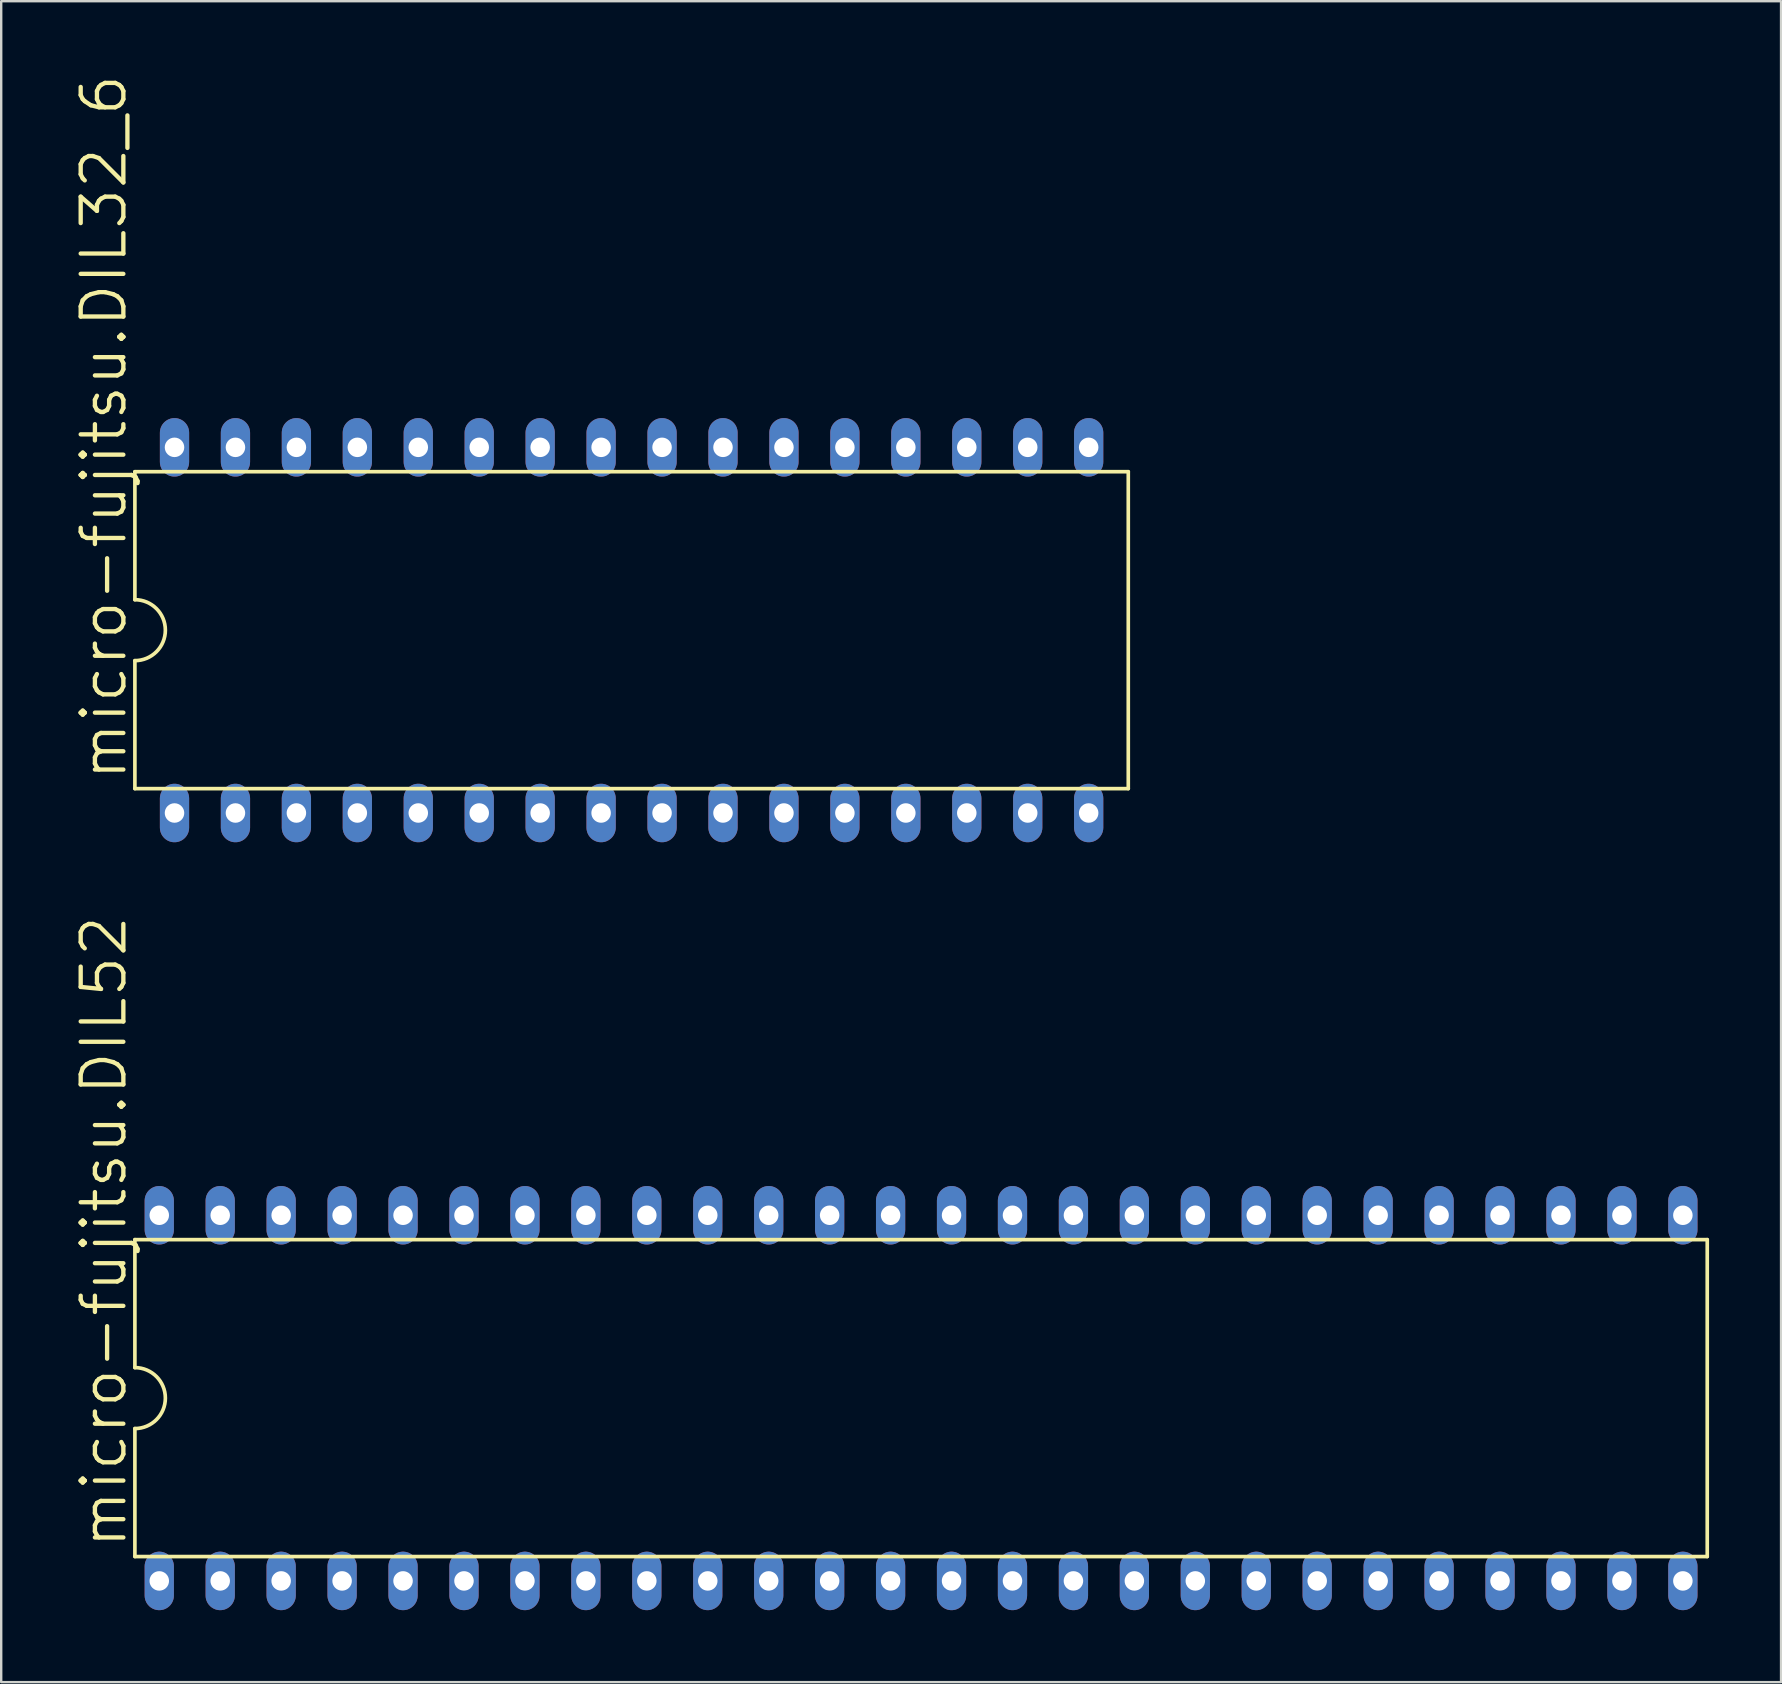
<source format=kicad_pcb>
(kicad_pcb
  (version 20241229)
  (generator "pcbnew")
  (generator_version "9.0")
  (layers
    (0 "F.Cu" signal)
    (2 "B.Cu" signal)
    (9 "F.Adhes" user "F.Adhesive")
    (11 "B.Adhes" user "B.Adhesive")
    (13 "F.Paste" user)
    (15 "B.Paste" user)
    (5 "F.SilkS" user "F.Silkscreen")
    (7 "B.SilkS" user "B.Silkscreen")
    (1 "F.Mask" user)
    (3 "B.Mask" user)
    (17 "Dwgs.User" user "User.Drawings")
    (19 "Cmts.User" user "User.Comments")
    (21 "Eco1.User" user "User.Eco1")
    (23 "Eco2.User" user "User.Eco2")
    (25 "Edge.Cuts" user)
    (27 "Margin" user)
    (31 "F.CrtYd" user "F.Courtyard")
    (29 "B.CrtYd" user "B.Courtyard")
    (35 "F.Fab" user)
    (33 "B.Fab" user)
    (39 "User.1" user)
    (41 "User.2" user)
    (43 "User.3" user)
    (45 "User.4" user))
  (footprint "micro-fujitsu.DIL52"
    (layer "F.Cu")
    (at 35.338 55.219)
    (property "Reference" "micro-fujitsu.DIL52" (at -33.02 6.35 90) (layer "F.SilkS") (effects (font (size 1.778 1.778) (thickness 0.18)) (justify left bottom)))
    (attr through_hole)
    (fp_line (start -32.766 -6.604) (end 32.766 -6.604) (stroke (width 0.152) (type default)) (layer "F.SilkS"))
    (fp_line (start -32.766 -1.27) (end -32.766 -6.604) (stroke (width 0.152) (type default)) (layer "F.SilkS"))
    (fp_line (start -32.766 1.27) (end -32.766 6.604) (stroke (width 0.152) (type default)) (layer "F.SilkS"))
    (fp_line (start -32.766 6.604) (end 32.766 6.604) (stroke (width 0.152) (type default)) (layer "F.SilkS"))
    (fp_line (start 32.766 6.604) (end 32.766 -6.604) (stroke (width 0.152) (type default)) (layer "F.SilkS"))
    (fp_arc (start -32.766 -1.27) (mid -31.496 0) (end -32.766 1.27) (stroke (width 0.1524) (type default)) (layer "F.SilkS"))
    (pad "1" thru_hole oval (at -31.75 7.62 90) (size 2.438 1.219) (drill 0.813) (layers "*.Cu" "*.Mask"))
    (pad "2" thru_hole oval (at -29.21 7.62 90) (size 2.438 1.219) (drill 0.813) (layers "*.Cu" "*.Mask"))
    (pad "3" thru_hole oval (at -26.67 7.62 90) (size 2.438 1.219) (drill 0.813) (layers "*.Cu" "*.Mask"))
    (pad "4" thru_hole oval (at -24.13 7.62 90) (size 2.438 1.219) (drill 0.813) (layers "*.Cu" "*.Mask"))
    (pad "5" thru_hole oval (at -21.59 7.62 90) (size 2.438 1.219) (drill 0.813) (layers "*.Cu" "*.Mask"))
    (pad "6" thru_hole oval (at -19.05 7.62 90) (size 2.438 1.219) (drill 0.813) (layers "*.Cu" "*.Mask"))
    (pad "7" thru_hole oval (at -16.51 7.62 90) (size 2.438 1.219) (drill 0.813) (layers "*.Cu" "*.Mask"))
    (pad "8" thru_hole oval (at -13.97 7.62 90) (size 2.438 1.219) (drill 0.813) (layers "*.Cu" "*.Mask"))
    (pad "9" thru_hole oval (at -11.43 7.62 90) (size 2.438 1.219) (drill 0.813) (layers "*.Cu" "*.Mask"))
    (pad "10" thru_hole oval (at -8.89 7.62 90) (size 2.438 1.219) (drill 0.813) (layers "*.Cu" "*.Mask"))
    (pad "11" thru_hole oval (at -6.35 7.62 90) (size 2.438 1.219) (drill 0.813) (layers "*.Cu" "*.Mask"))
    (pad "12" thru_hole oval (at -3.81 7.62 90) (size 2.438 1.219) (drill 0.813) (layers "*.Cu" "*.Mask"))
    (pad "13" thru_hole oval (at -1.27 7.62 90) (size 2.438 1.219) (drill 0.813) (layers "*.Cu" "*.Mask"))
    (pad "14" thru_hole oval (at 1.27 7.62 90) (size 2.438 1.219) (drill 0.813) (layers "*.Cu" "*.Mask"))
    (pad "15" thru_hole oval (at 3.81 7.62 90) (size 2.438 1.219) (drill 0.813) (layers "*.Cu" "*.Mask"))
    (pad "16" thru_hole oval (at 6.35 7.62 90) (size 2.438 1.219) (drill 0.813) (layers "*.Cu" "*.Mask"))
    (pad "17" thru_hole oval (at 8.89 7.62 90) (size 2.438 1.219) (drill 0.813) (layers "*.Cu" "*.Mask"))
    (pad "18" thru_hole oval (at 11.43 7.62 90) (size 2.438 1.219) (drill 0.813) (layers "*.Cu" "*.Mask"))
    (pad "19" thru_hole oval (at 13.97 7.62 90) (size 2.438 1.219) (drill 0.813) (layers "*.Cu" "*.Mask"))
    (pad "20" thru_hole oval (at 16.51 7.62 90) (size 2.438 1.219) (drill 0.813) (layers "*.Cu" "*.Mask"))
    (pad "21" thru_hole oval (at 19.05 7.62 90) (size 2.438 1.219) (drill 0.813) (layers "*.Cu" "*.Mask"))
    (pad "22" thru_hole oval (at 21.59 7.62 90) (size 2.438 1.219) (drill 0.813) (layers "*.Cu" "*.Mask"))
    (pad "23" thru_hole oval (at 24.13 7.62 90) (size 2.438 1.219) (drill 0.813) (layers "*.Cu" "*.Mask"))
    (pad "24" thru_hole oval (at 26.67 7.62 90) (size 2.438 1.219) (drill 0.813) (layers "*.Cu" "*.Mask"))
    (pad "25" thru_hole oval (at 29.21 7.62 90) (size 2.438 1.219) (drill 0.813) (layers "*.Cu" "*.Mask"))
    (pad "26" thru_hole oval (at 31.75 7.62 90) (size 2.438 1.219) (drill 0.813) (layers "*.Cu" "*.Mask"))
    (pad "27" thru_hole oval (at 31.75 -7.62 90) (size 2.438 1.219) (drill 0.813) (layers "*.Cu" "*.Mask"))
    (pad "28" thru_hole oval (at 29.21 -7.62 90) (size 2.438 1.219) (drill 0.813) (layers "*.Cu" "*.Mask"))
    (pad "29" thru_hole oval (at 26.67 -7.62 90) (size 2.438 1.219) (drill 0.813) (layers "*.Cu" "*.Mask"))
    (pad "30" thru_hole oval (at 24.13 -7.62 90) (size 2.438 1.219) (drill 0.813) (layers "*.Cu" "*.Mask"))
    (pad "31" thru_hole oval (at 21.59 -7.62 90) (size 2.438 1.219) (drill 0.813) (layers "*.Cu" "*.Mask"))
    (pad "32" thru_hole oval (at 19.05 -7.62 90) (size 2.438 1.219) (drill 0.813) (layers "*.Cu" "*.Mask"))
    (pad "33" thru_hole oval (at 16.51 -7.62 90) (size 2.438 1.219) (drill 0.813) (layers "*.Cu" "*.Mask"))
    (pad "34" thru_hole oval (at 13.97 -7.62 90) (size 2.438 1.219) (drill 0.813) (layers "*.Cu" "*.Mask"))
    (pad "35" thru_hole oval (at 11.43 -7.62 90) (size 2.438 1.219) (drill 0.813) (layers "*.Cu" "*.Mask"))
    (pad "36" thru_hole oval (at 8.89 -7.62 90) (size 2.438 1.219) (drill 0.813) (layers "*.Cu" "*.Mask"))
    (pad "37" thru_hole oval (at 6.35 -7.62 90) (size 2.438 1.219) (drill 0.813) (layers "*.Cu" "*.Mask"))
    (pad "38" thru_hole oval (at 3.81 -7.62 90) (size 2.438 1.219) (drill 0.813) (layers "*.Cu" "*.Mask"))
    (pad "39" thru_hole oval (at 1.27 -7.62 90) (size 2.438 1.219) (drill 0.813) (layers "*.Cu" "*.Mask"))
    (pad "40" thru_hole oval (at -1.27 -7.62 90) (size 2.438 1.219) (drill 0.813) (layers "*.Cu" "*.Mask"))
    (pad "41" thru_hole oval (at -3.81 -7.62 90) (size 2.438 1.219) (drill 0.813) (layers "*.Cu" "*.Mask"))
    (pad "42" thru_hole oval (at -6.35 -7.62 90) (size 2.438 1.219) (drill 0.813) (layers "*.Cu" "*.Mask"))
    (pad "43" thru_hole oval (at -8.89 -7.62 90) (size 2.438 1.219) (drill 0.813) (layers "*.Cu" "*.Mask"))
    (pad "44" thru_hole oval (at -11.43 -7.62 90) (size 2.438 1.219) (drill 0.813) (layers "*.Cu" "*.Mask"))
    (pad "45" thru_hole oval (at -13.97 -7.62 90) (size 2.438 1.219) (drill 0.813) (layers "*.Cu" "*.Mask"))
    (pad "46" thru_hole oval (at -16.51 -7.62 90) (size 2.438 1.219) (drill 0.813) (layers "*.Cu" "*.Mask"))
    (pad "47" thru_hole oval (at -19.05 -7.62 90) (size 2.438 1.219) (drill 0.813) (layers "*.Cu" "*.Mask"))
    (pad "48" thru_hole oval (at -21.59 -7.62 90) (size 2.438 1.219) (drill 0.813) (layers "*.Cu" "*.Mask"))
    (pad "49" thru_hole oval (at -24.13 -7.62 90) (size 2.438 1.219) (drill 0.813) (layers "*.Cu" "*.Mask"))
    (pad "50" thru_hole oval (at -26.67 -7.62 90) (size 2.438 1.219) (drill 0.813) (layers "*.Cu" "*.Mask"))
    (pad "51" thru_hole oval (at -29.21 -7.62 90) (size 2.438 1.219) (drill 0.813) (layers "*.Cu" "*.Mask"))
    (pad "52" thru_hole oval (at -31.75 -7.62 90) (size 2.438 1.219) (drill 0.813) (layers "*.Cu" "*.Mask")))
  (footprint "micro-fujitsu.DIL32_6"
    (layer "F.Cu")
    (at 23.273 23.214)
    (property "Reference" "micro-fujitsu.DIL32_6" (at -20.955 6.35 90) (layer "F.SilkS") (effects (font (size 1.778 1.778) (thickness 0.18)) (justify left bottom)))
    (attr through_hole)
    (fp_line (start -20.701 -6.604) (end -20.701 -1.27) (stroke (width 0.152) (type default)) (layer "F.SilkS"))
    (fp_line (start -20.701 -6.604) (end 20.701 -6.604) (stroke (width 0.152) (type default)) (layer "F.SilkS"))
    (fp_line (start -20.701 1.27) (end -20.701 6.604) (stroke (width 0.152) (type default)) (layer "F.SilkS"))
    (fp_line (start -20.701 6.604) (end 20.701 6.604) (stroke (width 0.152) (type default)) (layer "F.SilkS"))
    (fp_line (start 20.701 6.604) (end 20.701 -6.604) (stroke (width 0.152) (type default)) (layer "F.SilkS"))
    (fp_arc (start -20.701 -1.27) (mid -19.431 0) (end -20.701 1.27) (stroke (width 0.1524) (type default)) (layer "F.SilkS"))
    (pad "1" thru_hole oval (at -19.05 7.62 90) (size 2.438 1.219) (drill 0.813) (layers "*.Cu" "*.Mask"))
    (pad "2" thru_hole oval (at -16.51 7.62 90) (size 2.438 1.219) (drill 0.813) (layers "*.Cu" "*.Mask"))
    (pad "3" thru_hole oval (at -13.97 7.62 90) (size 2.438 1.219) (drill 0.813) (layers "*.Cu" "*.Mask"))
    (pad "4" thru_hole oval (at -11.43 7.62 90) (size 2.438 1.219) (drill 0.813) (layers "*.Cu" "*.Mask"))
    (pad "5" thru_hole oval (at -8.89 7.62 90) (size 2.438 1.219) (drill 0.813) (layers "*.Cu" "*.Mask"))
    (pad "6" thru_hole oval (at -6.35 7.62 90) (size 2.438 1.219) (drill 0.813) (layers "*.Cu" "*.Mask"))
    (pad "7" thru_hole oval (at -3.81 7.62 90) (size 2.438 1.219) (drill 0.813) (layers "*.Cu" "*.Mask"))
    (pad "8" thru_hole oval (at -1.27 7.62 90) (size 2.438 1.219) (drill 0.813) (layers "*.Cu" "*.Mask"))
    (pad "9" thru_hole oval (at 1.27 7.62 90) (size 2.438 1.219) (drill 0.813) (layers "*.Cu" "*.Mask"))
    (pad "10" thru_hole oval (at 3.81 7.62 90) (size 2.438 1.219) (drill 0.813) (layers "*.Cu" "*.Mask"))
    (pad "11" thru_hole oval (at 6.35 7.62 90) (size 2.438 1.219) (drill 0.813) (layers "*.Cu" "*.Mask"))
    (pad "12" thru_hole oval (at 8.89 7.62 90) (size 2.438 1.219) (drill 0.813) (layers "*.Cu" "*.Mask"))
    (pad "13" thru_hole oval (at 11.43 7.62 90) (size 2.438 1.219) (drill 0.813) (layers "*.Cu" "*.Mask"))
    (pad "14" thru_hole oval (at 13.97 7.62 90) (size 2.438 1.219) (drill 0.813) (layers "*.Cu" "*.Mask"))
    (pad "15" thru_hole oval (at 16.51 7.62 90) (size 2.438 1.219) (drill 0.813) (layers "*.Cu" "*.Mask"))
    (pad "16" thru_hole oval (at 19.05 7.62 90) (size 2.438 1.219) (drill 0.813) (layers "*.Cu" "*.Mask"))
    (pad "17" thru_hole oval (at 19.05 -7.62 90) (size 2.438 1.219) (drill 0.813) (layers "*.Cu" "*.Mask"))
    (pad "18" thru_hole oval (at 16.51 -7.62 90) (size 2.438 1.219) (drill 0.813) (layers "*.Cu" "*.Mask"))
    (pad "19" thru_hole oval (at 13.97 -7.62 90) (size 2.438 1.219) (drill 0.813) (layers "*.Cu" "*.Mask"))
    (pad "20" thru_hole oval (at 11.43 -7.62 90) (size 2.438 1.219) (drill 0.813) (layers "*.Cu" "*.Mask"))
    (pad "21" thru_hole oval (at 8.89 -7.62 90) (size 2.438 1.219) (drill 0.813) (layers "*.Cu" "*.Mask"))
    (pad "22" thru_hole oval (at 6.35 -7.62 90) (size 2.438 1.219) (drill 0.813) (layers "*.Cu" "*.Mask"))
    (pad "23" thru_hole oval (at 3.81 -7.62 90) (size 2.438 1.219) (drill 0.813) (layers "*.Cu" "*.Mask"))
    (pad "24" thru_hole oval (at 1.27 -7.62 90) (size 2.438 1.219) (drill 0.813) (layers "*.Cu" "*.Mask"))
    (pad "25" thru_hole oval (at -1.27 -7.62 90) (size 2.438 1.219) (drill 0.813) (layers "*.Cu" "*.Mask"))
    (pad "26" thru_hole oval (at -3.81 -7.62 90) (size 2.438 1.219) (drill 0.813) (layers "*.Cu" "*.Mask"))
    (pad "27" thru_hole oval (at -6.35 -7.62 90) (size 2.438 1.219) (drill 0.813) (layers "*.Cu" "*.Mask"))
    (pad "28" thru_hole oval (at -8.89 -7.62 90) (size 2.438 1.219) (drill 0.813) (layers "*.Cu" "*.Mask"))
    (pad "29" thru_hole oval (at -11.43 -7.62 90) (size 2.438 1.219) (drill 0.813) (layers "*.Cu" "*.Mask"))
    (pad "30" thru_hole oval (at -13.97 -7.62 90) (size 2.438 1.219) (drill 0.813) (layers "*.Cu" "*.Mask"))
    (pad "31" thru_hole oval (at -16.51 -7.62 90) (size 2.438 1.219) (drill 0.813) (layers "*.Cu" "*.Mask"))
    (pad "32" thru_hole oval (at -19.05 -7.62 90) (size 2.438 1.219) (drill 0.813) (layers "*.Cu" "*.Mask")))
  (gr_rect
    (start -3 -3)
    (end 71.18 67.058)
    (stroke (width 0.1) (type default))
    (fill no)
    (layer "Edge.Cuts")))
</source>
